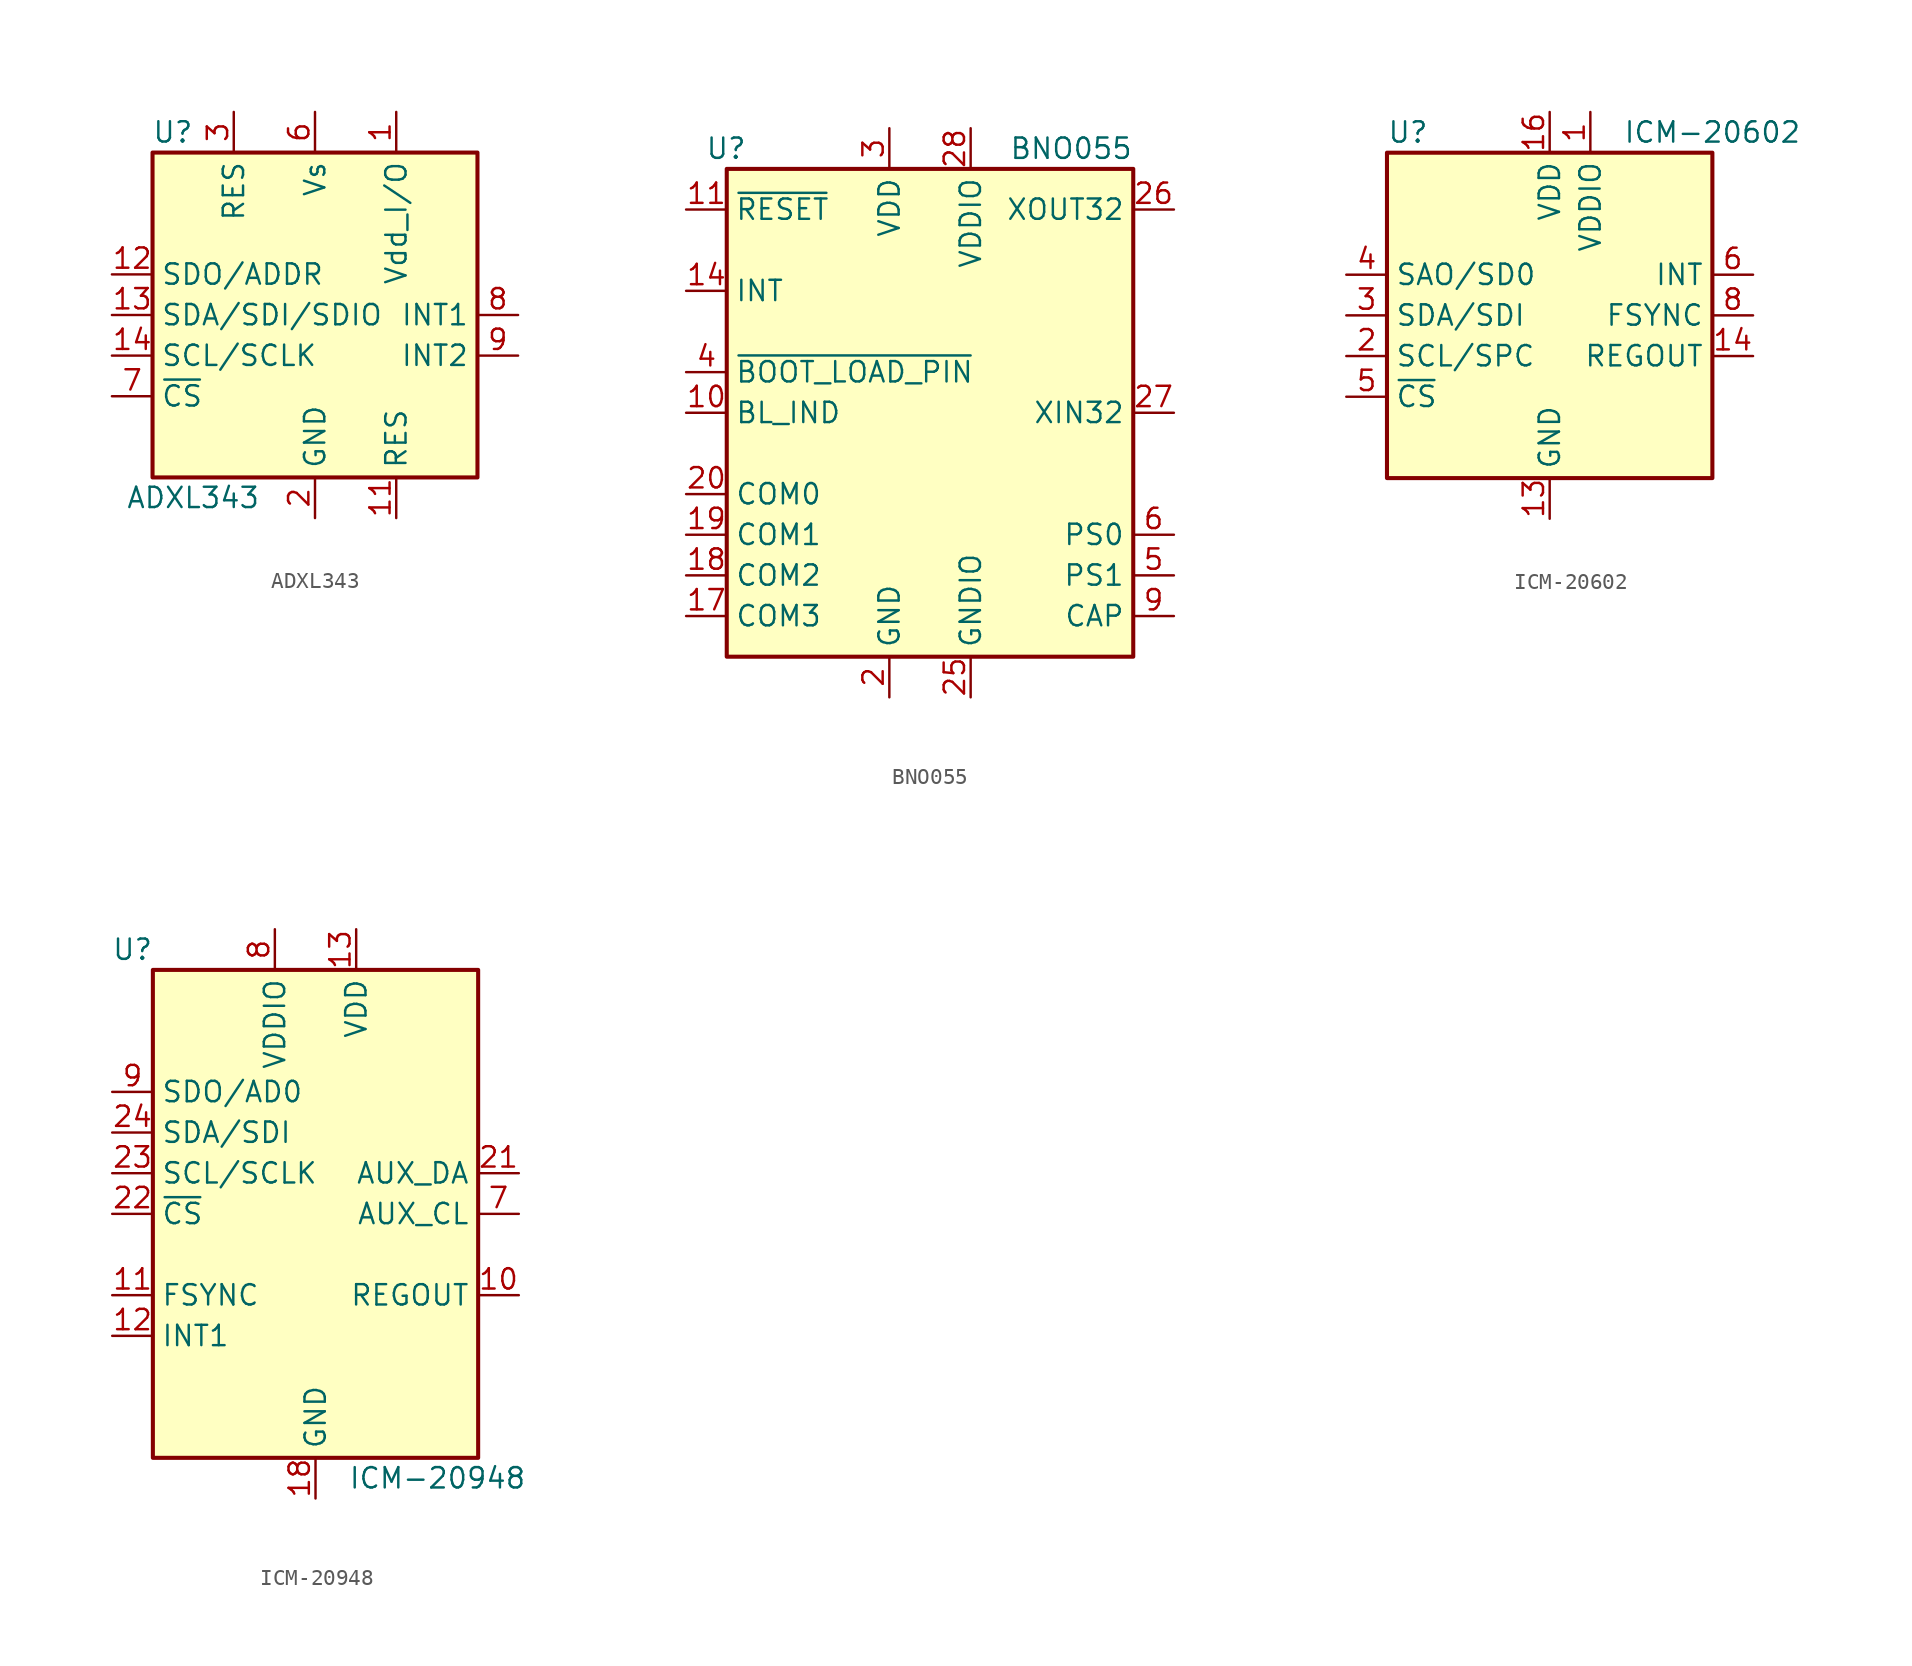
<source format=kicad_sym>
(kicad_symbol_lib
  (version 20200908)
  (generator kicad_symbol_editor)
  (symbol "Sensor_Motion:ADXL343"
    (property "Reference" "U"
      (at -8.89 11.43 0)
      (effects (font (size 1.27 1.27))))
    (property "Value" "ADXL343"
      (at -7.62 -11.43 0)
      (effects (font (size 1.27 1.27))))
    (symbol "ADXL343_0_1"
      (rectangle (start -10.16 10.16) (end 10.16 -10.16) (stroke (width 0.254)) (fill (type background))))
    (symbol "ADXL343_1_1"
      (pin power_in line (at 5.08 12.7 270) (length 2.54) (name "Vdd_I/O" (effects (font (size 1.27 1.27)))) (number "1" (effects (font (size 1.27 1.27)))))
      (pin unconnected line (at -5.08 -10.16 90) (length 2.54) hide (name "NC" (effects (font (size 1.27 1.27)))) (number "10" (effects (font (size 1.27 1.27)))))
      (pin passive line (at 5.08 -12.7 90) (length 2.54) (name "RES" (effects (font (size 1.27 1.27)))) (number "11" (effects (font (size 1.27 1.27)))))
      (pin bidirectional line (at -12.7 2.54 0) (length 2.54) (name "SDO/ADDR" (effects (font (size 1.27 1.27)))) (number "12" (effects (font (size 1.27 1.27)))))
      (pin bidirectional line (at -12.7 0 0) (length 2.54) (name "SDA/SDI/SDIO" (effects (font (size 1.27 1.27)))) (number "13" (effects (font (size 1.27 1.27)))))
      (pin input line (at -12.7 -2.54 0) (length 2.54) (name "SCL/SCLK" (effects (font (size 1.27 1.27)))) (number "14" (effects (font (size 1.27 1.27)))))
      (pin power_in line (at 0 -12.7 90) (length 2.54) (name "GND" (effects (font (size 1.27 1.27)))) (number "2" (effects (font (size 1.27 1.27)))))
      (pin passive line (at -5.08 12.7 270) (length 2.54) (name "RES" (effects (font (size 1.27 1.27)))) (number "3" (effects (font (size 1.27 1.27)))))
      (pin passive line (at 0 -12.7 90) (length 2.54) hide (name "GND" (effects (font (size 1.27 1.27)))) (number "4" (effects (font (size 1.27 1.27)))))
      (pin passive line (at 0 -12.7 90) (length 2.54) hide (name "GND" (effects (font (size 1.27 1.27)))) (number "5" (effects (font (size 1.27 1.27)))))
      (pin power_in line (at 0 12.7 270) (length 2.54) (name "Vs" (effects (font (size 1.27 1.27)))) (number "6" (effects (font (size 1.27 1.27)))))
      (pin input line (at -12.7 -5.08 0) (length 2.54) (name "~CS" (effects (font (size 1.27 1.27)))) (number "7" (effects (font (size 1.27 1.27)))))
      (pin output line (at 12.7 0 180) (length 2.54) (name "INT1" (effects (font (size 1.27 1.27)))) (number "8" (effects (font (size 1.27 1.27)))))
      (pin output line (at 12.7 -2.54 180) (length 2.54) (name "INT2" (effects (font (size 1.27 1.27)))) (number "9" (effects (font (size 1.27 1.27)))))))
  (symbol "Sensor_Motion:BNO055"
    (property "Reference" "U"
      (at -11.43 16.51 0)
      (effects (font (size 1.27 1.27)) (justify right)))
    (property "Value" "BNO055"
      (at 12.7 16.51 0)
      (effects (font (size 1.27 1.27)) (justify right)))
    (symbol "BNO055_0_1"
      (rectangle (start -12.7 15.24) (end 12.7 -15.24) (stroke (width 0.254)) (fill (type background))))
    (symbol "BNO055_1_1"
      (pin unconnected line (at -12.7 10.16 0) (length 2.54) hide (name "PIN1" (effects (font (size 1.27 1.27)))) (number "1" (effects (font (size 1.27 1.27)))))
      (pin output line (at -15.24 0 0) (length 2.54) (name "BL_IND" (effects (font (size 1.27 1.27)))) (number "10" (effects (font (size 1.27 1.27)))))
      (pin input line (at -15.24 12.7 0) (length 2.54) (name "~RESET" (effects (font (size 1.27 1.27)))) (number "11" (effects (font (size 1.27 1.27)))))
      (pin unconnected line (at 12.7 10.16 180) (length 2.54) hide (name "PIN12" (effects (font (size 1.27 1.27)))) (number "12" (effects (font (size 1.27 1.27)))))
      (pin unconnected line (at 12.7 7.62 180) (length 2.54) hide (name "PIN13" (effects (font (size 1.27 1.27)))) (number "13" (effects (font (size 1.27 1.27)))))
      (pin output line (at -15.24 7.62 0) (length 2.54) (name "INT" (effects (font (size 1.27 1.27)))) (number "14" (effects (font (size 1.27 1.27)))))
      (pin passive line (at 2.54 -17.78 90) (length 2.54) hide (name "GNDIO" (effects (font (size 1.27 1.27)))) (number "15" (effects (font (size 1.27 1.27)))))
      (pin passive line (at 2.54 -17.78 90) (length 2.54) hide (name "GNDIO" (effects (font (size 1.27 1.27)))) (number "16" (effects (font (size 1.27 1.27)))))
      (pin input line (at -15.24 -12.7 0) (length 2.54) (name "COM3" (effects (font (size 1.27 1.27)))) (number "17" (effects (font (size 1.27 1.27)))))
      (pin bidirectional line (at -15.24 -10.16 0) (length 2.54) (name "COM2" (effects (font (size 1.27 1.27)))) (number "18" (effects (font (size 1.27 1.27)))))
      (pin bidirectional line (at -15.24 -7.62 0) (length 2.54) (name "COM1" (effects (font (size 1.27 1.27)))) (number "19" (effects (font (size 1.27 1.27)))))
      (pin power_in line (at -2.54 -17.78 90) (length 2.54) (name "GND" (effects (font (size 1.27 1.27)))) (number "2" (effects (font (size 1.27 1.27)))))
      (pin bidirectional line (at -15.24 -5.08 0) (length 2.54) (name "COM0" (effects (font (size 1.27 1.27)))) (number "20" (effects (font (size 1.27 1.27)))))
      (pin unconnected line (at 12.7 5.08 180) (length 2.54) hide (name "PIN21" (effects (font (size 1.27 1.27)))) (number "21" (effects (font (size 1.27 1.27)))))
      (pin unconnected line (at 12.7 2.54 180) (length 2.54) hide (name "PIN22" (effects (font (size 1.27 1.27)))) (number "22" (effects (font (size 1.27 1.27)))))
      (pin unconnected line (at 12.7 -2.54 180) (length 2.54) hide (name "PIN23" (effects (font (size 1.27 1.27)))) (number "23" (effects (font (size 1.27 1.27)))))
      (pin unconnected line (at 12.7 -5.08 180) (length 2.54) hide (name "PIN24" (effects (font (size 1.27 1.27)))) (number "24" (effects (font (size 1.27 1.27)))))
      (pin power_in line (at 2.54 -17.78 90) (length 2.54) (name "GNDIO" (effects (font (size 1.27 1.27)))) (number "25" (effects (font (size 1.27 1.27)))))
      (pin output line (at 15.24 12.7 180) (length 2.54) (name "XOUT32" (effects (font (size 1.27 1.27)))) (number "26" (effects (font (size 1.27 1.27)))))
      (pin input line (at 15.24 0 180) (length 2.54) (name "XIN32" (effects (font (size 1.27 1.27)))) (number "27" (effects (font (size 1.27 1.27)))))
      (pin power_in line (at 2.54 17.78 270) (length 2.54) (name "VDDIO" (effects (font (size 1.27 1.27)))) (number "28" (effects (font (size 1.27 1.27)))))
      (pin power_in line (at -2.54 17.78 270) (length 2.54) (name "VDD" (effects (font (size 1.27 1.27)))) (number "3" (effects (font (size 1.27 1.27)))))
      (pin input line (at -15.24 2.54 0) (length 2.54) (name "~BOOT_LOAD_PIN" (effects (font (size 1.27 1.27)))) (number "4" (effects (font (size 1.27 1.27)))))
      (pin input line (at 15.24 -10.16 180) (length 2.54) (name "PS1" (effects (font (size 1.27 1.27)))) (number "5" (effects (font (size 1.27 1.27)))))
      (pin input line (at 15.24 -7.62 180) (length 2.54) (name "PS0" (effects (font (size 1.27 1.27)))) (number "6" (effects (font (size 1.27 1.27)))))
      (pin unconnected line (at -12.7 5.08 0) (length 2.54) hide (name "PIN7" (effects (font (size 1.27 1.27)))) (number "7" (effects (font (size 1.27 1.27)))))
      (pin unconnected line (at -12.7 -2.54 0) (length 2.54) hide (name "PIN8" (effects (font (size 1.27 1.27)))) (number "8" (effects (font (size 1.27 1.27)))))
      (pin passive line (at 15.24 -12.7 180) (length 2.54) (name "CAP" (effects (font (size 1.27 1.27)))) (number "9" (effects (font (size 1.27 1.27)))))))
  (symbol "Sensor_Motion:ICM-20602"
    (property "Reference" "U"
      (at -10.16 11.43 0)
      (effects (font (size 1.27 1.27)) (justify left)))
    (property "Value" "ICM-20602"
      (at 10.16 11.43 0)
      (effects (font (size 1.27 1.27))))
    (symbol "ICM-20602_0_1"
      (rectangle (start -10.16 10.16) (end 10.16 -10.16) (stroke (width 0.254)) (fill (type background))))
    (symbol "ICM-20602_1_1"
      (pin power_in line (at 2.54 12.7 270) (length 2.54) (name "VDDIO" (effects (font (size 1.27 1.27)))) (number "1" (effects (font (size 1.27 1.27)))))
      (pin passive line (at 0 -12.7 90) (length 2.54) hide (name "GND" (effects (font (size 1.27 1.27)))) (number "10" (effects (font (size 1.27 1.27)))))
      (pin passive line (at 0 -12.7 90) (length 2.54) hide (name "GND" (effects (font (size 1.27 1.27)))) (number "11" (effects (font (size 1.27 1.27)))))
      (pin passive line (at 0 -12.7 90) (length 2.54) hide (name "GND" (effects (font (size 1.27 1.27)))) (number "12" (effects (font (size 1.27 1.27)))))
      (pin power_in line (at 0 -12.7 90) (length 2.54) (name "GND" (effects (font (size 1.27 1.27)))) (number "13" (effects (font (size 1.27 1.27)))))
      (pin passive line (at 12.7 -2.54 180) (length 2.54) (name "REGOUT" (effects (font (size 1.27 1.27)))) (number "14" (effects (font (size 1.27 1.27)))))
      (pin passive line (at 0 -12.7 90) (length 2.54) hide (name "GND" (effects (font (size 1.27 1.27)))) (number "15" (effects (font (size 1.27 1.27)))))
      (pin power_in line (at 0 12.7 270) (length 2.54) (name "VDD" (effects (font (size 1.27 1.27)))) (number "16" (effects (font (size 1.27 1.27)))))
      (pin input line (at -12.7 -2.54 0) (length 2.54) (name "SCL/SPC" (effects (font (size 1.27 1.27)))) (number "2" (effects (font (size 1.27 1.27)))))
      (pin bidirectional line (at -12.7 0 0) (length 2.54) (name "SDA/SDI" (effects (font (size 1.27 1.27)))) (number "3" (effects (font (size 1.27 1.27)))))
      (pin bidirectional line (at -12.7 2.54 0) (length 2.54) (name "SAO/SD0" (effects (font (size 1.27 1.27)))) (number "4" (effects (font (size 1.27 1.27)))))
      (pin input line (at -12.7 -5.08 0) (length 2.54) (name "~CS" (effects (font (size 1.27 1.27)))) (number "5" (effects (font (size 1.27 1.27)))))
      (pin output line (at 12.7 2.54 180) (length 2.54) (name "INT" (effects (font (size 1.27 1.27)))) (number "6" (effects (font (size 1.27 1.27)))))
      (pin unconnected line (at -10.16 5.08 0) (length 2.54) hide (name "RESV" (effects (font (size 1.27 1.27)))) (number "7" (effects (font (size 1.27 1.27)))))
      (pin input line (at 12.7 0 180) (length 2.54) (name "FSYNC" (effects (font (size 1.27 1.27)))) (number "8" (effects (font (size 1.27 1.27)))))
      (pin passive line (at 0 -12.7 90) (length 2.54) hide (name "GND" (effects (font (size 1.27 1.27)))) (number "9" (effects (font (size 1.27 1.27)))))))
  (symbol "Sensor_Motion:ICM-20948"
    (property "Reference" "U"
      (at -11.43 16.51 0)
      (effects (font (size 1.27 1.27))))
    (property "Value" "ICM-20948"
      (at 7.62 -16.51 0)
      (effects (font (size 1.27 1.27))))
    (symbol "ICM-20948_0_1"
      (rectangle (start -10.16 15.24) (end 10.16 -15.24) (stroke (width 0.254)) (fill (type background))))
    (symbol "ICM-20948_1_1"
      (pin unconnected line (at -10.16 12.7 0) (length 2.54) hide (name "NC" (effects (font (size 1.27 1.27)))) (number "1" (effects (font (size 1.27 1.27)))))
      (pin passive line (at 12.7 -5.08 180) (length 2.54) (name "REGOUT" (effects (font (size 1.27 1.27)))) (number "10" (effects (font (size 1.27 1.27)))))
      (pin input line (at -12.7 -5.08 0) (length 2.54) (name "FSYNC" (effects (font (size 1.27 1.27)))) (number "11" (effects (font (size 1.27 1.27)))))
      (pin output line (at -12.7 -7.62 0) (length 2.54) (name "INT1" (effects (font (size 1.27 1.27)))) (number "12" (effects (font (size 1.27 1.27)))))
      (pin power_in line (at 2.54 17.78 270) (length 2.54) (name "VDD" (effects (font (size 1.27 1.27)))) (number "13" (effects (font (size 1.27 1.27)))))
      (pin unconnected line (at 10.16 7.62 180) (length 2.54) hide (name "NC" (effects (font (size 1.27 1.27)))) (number "14" (effects (font (size 1.27 1.27)))))
      (pin unconnected line (at 10.16 5.08 180) (length 2.54) hide (name "NC" (effects (font (size 1.27 1.27)))) (number "15" (effects (font (size 1.27 1.27)))))
      (pin unconnected line (at 10.16 -7.62 180) (length 2.54) hide (name "NC" (effects (font (size 1.27 1.27)))) (number "16" (effects (font (size 1.27 1.27)))))
      (pin unconnected line (at 10.16 -10.16 180) (length 2.54) hide (name "NC" (effects (font (size 1.27 1.27)))) (number "17" (effects (font (size 1.27 1.27)))))
      (pin power_in line (at 0 -17.78 90) (length 2.54) (name "GND" (effects (font (size 1.27 1.27)))) (number "18" (effects (font (size 1.27 1.27)))))
      (pin unconnected line (at 10.16 -12.7 180) (length 2.54) hide (name "RESV" (effects (font (size 1.27 1.27)))) (number "19" (effects (font (size 1.27 1.27)))))
      (pin unconnected line (at -10.16 10.16 0) (length 2.54) hide (name "NC" (effects (font (size 1.27 1.27)))) (number "2" (effects (font (size 1.27 1.27)))))
      (pin passive line (at 0 -17.78 90) (length 2.54) hide (name "GND" (effects (font (size 1.27 1.27)))) (number "20" (effects (font (size 1.27 1.27)))))
      (pin bidirectional line (at 12.7 2.54 180) (length 2.54) (name "AUX_DA" (effects (font (size 1.27 1.27)))) (number "21" (effects (font (size 1.27 1.27)))))
      (pin input line (at -12.7 0 0) (length 2.54) (name "~CS" (effects (font (size 1.27 1.27)))) (number "22" (effects (font (size 1.27 1.27)))))
      (pin input line (at -12.7 2.54 0) (length 2.54) (name "SCL/SCLK" (effects (font (size 1.27 1.27)))) (number "23" (effects (font (size 1.27 1.27)))))
      (pin bidirectional line (at -12.7 5.08 0) (length 2.54) (name "SDA/SDI" (effects (font (size 1.27 1.27)))) (number "24" (effects (font (size 1.27 1.27)))))
      (pin unconnected line (at -10.16 -2.54 0) (length 2.54) hide (name "NC" (effects (font (size 1.27 1.27)))) (number "3" (effects (font (size 1.27 1.27)))))
      (pin unconnected line (at -10.16 -10.16 0) (length 2.54) hide (name "NC" (effects (font (size 1.27 1.27)))) (number "4" (effects (font (size 1.27 1.27)))))
      (pin unconnected line (at -10.16 -12.7 0) (length 2.54) hide (name "NC" (effects (font (size 1.27 1.27)))) (number "5" (effects (font (size 1.27 1.27)))))
      (pin unconnected line (at 10.16 10.16 180) (length 2.54) hide (name "NC" (effects (font (size 1.27 1.27)))) (number "6" (effects (font (size 1.27 1.27)))))
      (pin output line (at 12.7 0 180) (length 2.54) (name "AUX_CL" (effects (font (size 1.27 1.27)))) (number "7" (effects (font (size 1.27 1.27)))))
      (pin power_in line (at -2.54 17.78 270) (length 2.54) (name "VDDIO" (effects (font (size 1.27 1.27)))) (number "8" (effects (font (size 1.27 1.27)))))
      (pin bidirectional line (at -12.7 7.62 0) (length 2.54) (name "SDO/AD0" (effects (font (size 1.27 1.27)))) (number "9" (effects (font (size 1.27 1.27))))))))
</source>
